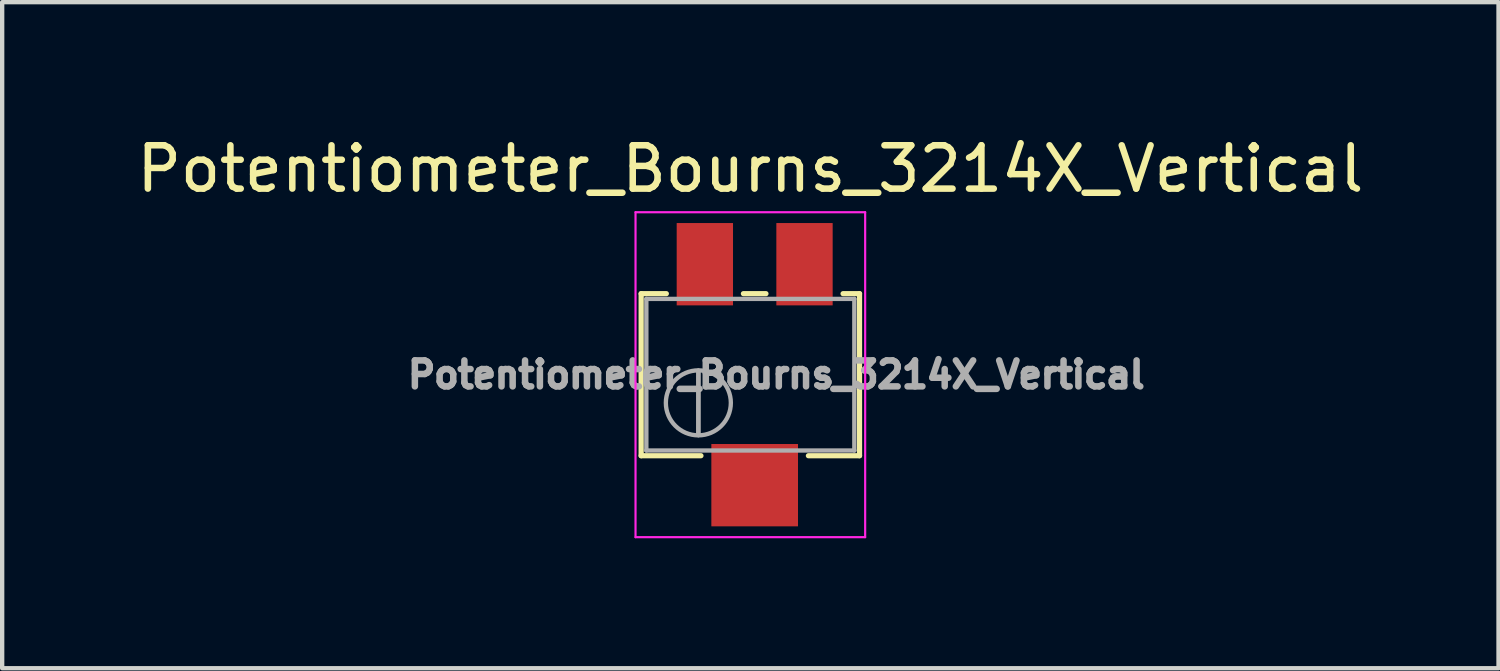
<source format=kicad_pcb>
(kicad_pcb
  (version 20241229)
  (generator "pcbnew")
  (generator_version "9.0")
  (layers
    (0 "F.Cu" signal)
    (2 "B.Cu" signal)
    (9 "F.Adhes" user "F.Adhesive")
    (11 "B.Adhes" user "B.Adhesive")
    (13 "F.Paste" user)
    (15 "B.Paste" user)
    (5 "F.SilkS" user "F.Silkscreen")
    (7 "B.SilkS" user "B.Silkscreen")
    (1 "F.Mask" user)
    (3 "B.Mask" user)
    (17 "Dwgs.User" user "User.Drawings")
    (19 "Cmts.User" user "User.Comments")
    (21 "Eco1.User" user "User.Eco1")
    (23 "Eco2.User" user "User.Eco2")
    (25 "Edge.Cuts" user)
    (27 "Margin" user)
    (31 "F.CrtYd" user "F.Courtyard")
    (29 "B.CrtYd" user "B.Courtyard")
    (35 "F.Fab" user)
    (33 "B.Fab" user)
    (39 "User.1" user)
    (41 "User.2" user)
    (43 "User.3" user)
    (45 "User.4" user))
  (footprint "Potentiometer_Bourns_3214X_Vertical"
    (layer "F.Cu")
    (at 14.368 5.598)
    (property "Reference" "Potentiometer_Bourns_3214X_Vertical" (at -0.1 -4.75 0) (layer "F.SilkS") (effects (font (size 1 1) (thickness 0.15))))
    (attr smd)
    (fp_line (start -2.62 -1.87) (end -2.62 1.87) (stroke (width 0.12) (type solid)) (layer "F.SilkS"))
    (fp_line (start -2.62 -1.87) (end -2.039 -1.87) (stroke (width 0.12) (type solid)) (layer "F.SilkS"))
    (fp_line (start -2.62 1.87) (end -1.24 1.87) (stroke (width 0.12) (type solid)) (layer "F.SilkS"))
    (fp_line (start -0.26 -1.87) (end 0.26 -1.87) (stroke (width 0.12) (type solid)) (layer "F.SilkS"))
    (fp_line (start 1.24 1.87) (end 2.42 1.87) (stroke (width 0.12) (type solid)) (layer "F.SilkS"))
    (fp_line (start 2.04 -1.87) (end 2.42 -1.87) (stroke (width 0.12) (type solid)) (layer "F.SilkS"))
    (fp_line (start 2.42 -1.87) (end 2.42 1.87) (stroke (width 0.12) (type solid)) (layer "F.SilkS"))
    (fp_line (start -2.75 -3.75) (end -2.75 3.75) (stroke (width 0.05) (type solid)) (layer "F.CrtYd"))
    (fp_line (start -2.75 3.75) (end 2.55 3.75) (stroke (width 0.05) (type solid)) (layer "F.CrtYd"))
    (fp_line (start 2.55 -3.75) (end -2.75 -3.75) (stroke (width 0.05) (type solid)) (layer "F.CrtYd"))
    (fp_line (start 2.55 3.75) (end 2.55 -3.75) (stroke (width 0.05) (type solid)) (layer "F.CrtYd"))
    (fp_line (start -2.5 -1.75) (end -2.5 1.75) (stroke (width 0.1) (type solid)) (layer "F.Fab"))
    (fp_line (start -2.5 1.75) (end 2.3 1.75) (stroke (width 0.1) (type solid)) (layer "F.Fab"))
    (fp_line (start -1.3 1.393) (end -1.299 -0.092) (stroke (width 0.1) (type solid)) (layer "F.Fab"))
    (fp_line (start -1.3 1.393) (end -1.299 -0.092) (stroke (width 0.1) (type solid)) (layer "F.Fab"))
    (fp_line (start 2.3 -1.75) (end -2.5 -1.75) (stroke (width 0.1) (type solid)) (layer "F.Fab"))
    (fp_line (start 2.3 1.75) (end 2.3 -1.75) (stroke (width 0.1) (type solid)) (layer "F.Fab"))
    (fp_circle (center -1.3 0.65) (end -0.55 0.65) (stroke (width 0.1) (type solid)) (fill no) (layer "F.Fab"))
    (fp_text user "${REFERENCE}" (at 0.5 0 0) (layer "F.Fab") (effects (font (size 0.6 0.6) (thickness 0.15))))
    (pad "1" smd rect (at 1.15 -2.55) (size 1.3 1.9) (layers "F.Cu" "F.Mask" "F.Paste"))
    (pad "2" smd rect (at 0 2.55) (size 2 1.9) (layers "F.Cu" "F.Mask" "F.Paste"))
    (pad "3" smd rect (at -1.15 -2.55) (size 1.3 1.9) (layers "F.Cu" "F.Mask" "F.Paste")))
  (gr_rect
    (start -3 -3)
    (end 31.536 12.373)
    (stroke (width 0.1) (type default))
    (fill no)
    (layer "Edge.Cuts")))
</source>
